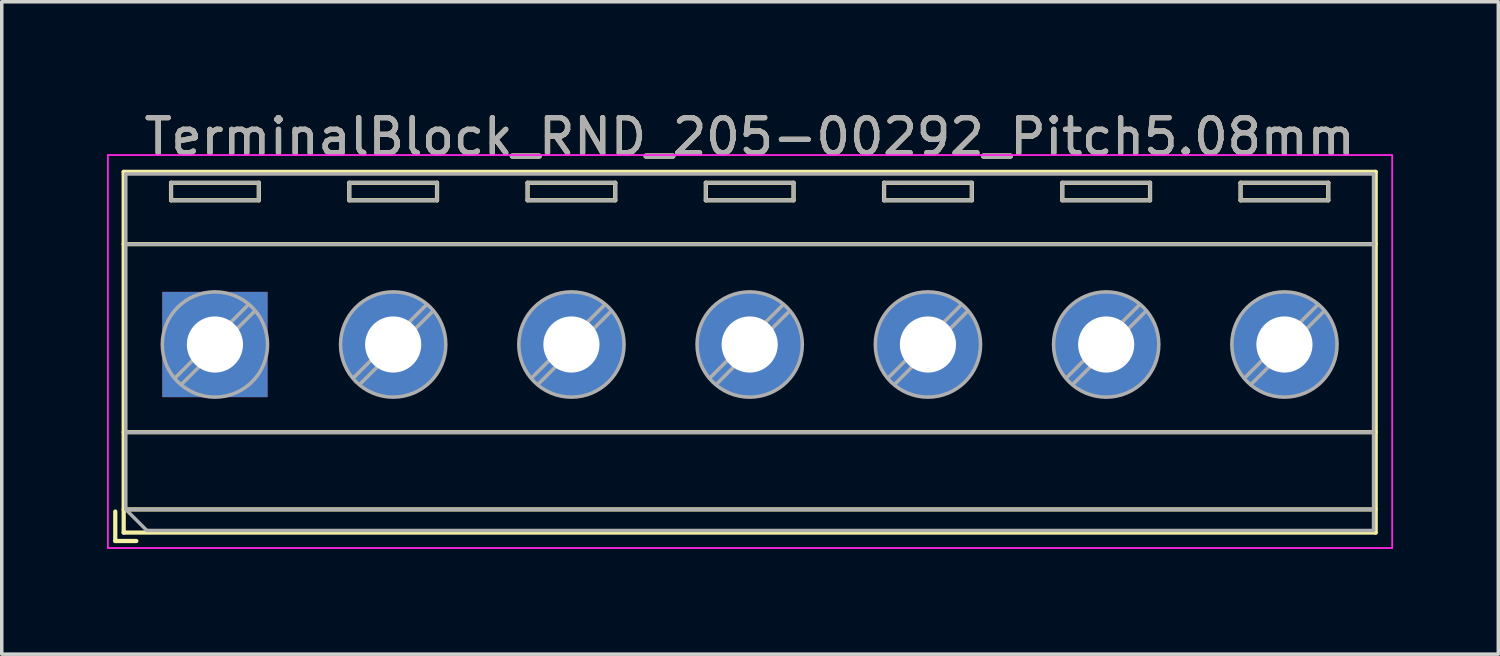
<source format=kicad_pcb>
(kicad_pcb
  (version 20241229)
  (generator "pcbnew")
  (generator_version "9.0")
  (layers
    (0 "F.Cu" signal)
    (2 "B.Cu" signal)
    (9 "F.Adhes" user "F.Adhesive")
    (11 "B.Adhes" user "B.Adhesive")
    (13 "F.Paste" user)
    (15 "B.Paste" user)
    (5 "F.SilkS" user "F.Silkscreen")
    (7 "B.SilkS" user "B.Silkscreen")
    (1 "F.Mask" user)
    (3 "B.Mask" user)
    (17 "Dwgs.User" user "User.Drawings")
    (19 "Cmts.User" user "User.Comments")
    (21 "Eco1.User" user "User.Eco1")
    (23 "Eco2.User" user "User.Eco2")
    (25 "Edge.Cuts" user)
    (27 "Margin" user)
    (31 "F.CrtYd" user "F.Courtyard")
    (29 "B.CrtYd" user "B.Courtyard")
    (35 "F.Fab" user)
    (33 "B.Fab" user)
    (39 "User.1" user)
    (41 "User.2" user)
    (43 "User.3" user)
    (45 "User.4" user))
  (footprint "TerminalBlock_RND_205-00292_Pitch5.08mm"
    (layer "F.Cu")
    (at 3.075 6.768)
    (property "Reference" "TerminalBlock_RND_205-00292_Pitch5.08mm" (at 15.24 -5.92 0) (layer "F.SilkS") (effects (font (size 1 1) (thickness 0.15))))
    (attr through_hole)
    (fp_line (start -2.84 4.76) (end -2.84 5.6) (stroke (width 0.12) (type solid)) (layer "F.SilkS"))
    (fp_line (start -2.84 5.6) (end -2.24 5.6) (stroke (width 0.12) (type solid)) (layer "F.SilkS"))
    (fp_line (start -2.6 -4.92) (end -2.6 5.36) (stroke (width 0.12) (type solid)) (layer "F.SilkS"))
    (fp_line (start -2.6 -2.86) (end 33.08 -2.86) (stroke (width 0.12) (type solid)) (layer "F.SilkS"))
    (fp_line (start -2.6 2.5) (end 33.08 2.5) (stroke (width 0.12) (type solid)) (layer "F.SilkS"))
    (fp_line (start -2.6 4.7) (end 33.08 4.7) (stroke (width 0.12) (type solid)) (layer "F.SilkS"))
    (fp_line (start -2.6 5.36) (end 33.08 5.36) (stroke (width 0.12) (type solid)) (layer "F.SilkS"))
    (fp_line (start -1.25 -4.61) (end -1.25 -4.11) (stroke (width 0.12) (type solid)) (layer "F.SilkS"))
    (fp_line (start -1.25 -4.61) (end 1.25 -4.61) (stroke (width 0.12) (type solid)) (layer "F.SilkS"))
    (fp_line (start -1.25 -4.11) (end 1.25 -4.11) (stroke (width 0.12) (type solid)) (layer "F.SilkS"))
    (fp_line (start 1.25 -4.61) (end 1.25 -4.11) (stroke (width 0.12) (type solid)) (layer "F.SilkS"))
    (fp_line (start 3.83 -4.61) (end 3.83 -4.11) (stroke (width 0.12) (type solid)) (layer "F.SilkS"))
    (fp_line (start 3.83 -4.61) (end 6.33 -4.61) (stroke (width 0.12) (type solid)) (layer "F.SilkS"))
    (fp_line (start 3.83 -4.11) (end 6.33 -4.11) (stroke (width 0.12) (type solid)) (layer "F.SilkS"))
    (fp_line (start 6.33 -4.61) (end 6.33 -4.11) (stroke (width 0.12) (type solid)) (layer "F.SilkS"))
    (fp_line (start 8.91 -4.61) (end 8.91 -4.11) (stroke (width 0.12) (type solid)) (layer "F.SilkS"))
    (fp_line (start 8.91 -4.61) (end 11.41 -4.61) (stroke (width 0.12) (type solid)) (layer "F.SilkS"))
    (fp_line (start 8.91 -4.11) (end 11.41 -4.11) (stroke (width 0.12) (type solid)) (layer "F.SilkS"))
    (fp_line (start 11.41 -4.61) (end 11.41 -4.11) (stroke (width 0.12) (type solid)) (layer "F.SilkS"))
    (fp_line (start 13.99 -4.61) (end 13.99 -4.11) (stroke (width 0.12) (type solid)) (layer "F.SilkS"))
    (fp_line (start 13.99 -4.61) (end 16.49 -4.61) (stroke (width 0.12) (type solid)) (layer "F.SilkS"))
    (fp_line (start 13.99 -4.11) (end 16.49 -4.11) (stroke (width 0.12) (type solid)) (layer "F.SilkS"))
    (fp_line (start 16.49 -4.61) (end 16.49 -4.11) (stroke (width 0.12) (type solid)) (layer "F.SilkS"))
    (fp_line (start 19.07 -4.61) (end 19.07 -4.11) (stroke (width 0.12) (type solid)) (layer "F.SilkS"))
    (fp_line (start 19.07 -4.61) (end 21.57 -4.61) (stroke (width 0.12) (type solid)) (layer "F.SilkS"))
    (fp_line (start 19.07 -4.11) (end 21.57 -4.11) (stroke (width 0.12) (type solid)) (layer "F.SilkS"))
    (fp_line (start 21.57 -4.61) (end 21.57 -4.11) (stroke (width 0.12) (type solid)) (layer "F.SilkS"))
    (fp_line (start 24.15 -4.61) (end 24.15 -4.11) (stroke (width 0.12) (type solid)) (layer "F.SilkS"))
    (fp_line (start 24.15 -4.61) (end 26.65 -4.61) (stroke (width 0.12) (type solid)) (layer "F.SilkS"))
    (fp_line (start 24.15 -4.11) (end 26.65 -4.11) (stroke (width 0.12) (type solid)) (layer "F.SilkS"))
    (fp_line (start 26.65 -4.61) (end 26.65 -4.11) (stroke (width 0.12) (type solid)) (layer "F.SilkS"))
    (fp_line (start 29.23 -4.61) (end 29.23 -4.11) (stroke (width 0.12) (type solid)) (layer "F.SilkS"))
    (fp_line (start 29.23 -4.61) (end 31.73 -4.61) (stroke (width 0.12) (type solid)) (layer "F.SilkS"))
    (fp_line (start 29.23 -4.11) (end 31.73 -4.11) (stroke (width 0.12) (type solid)) (layer "F.SilkS"))
    (fp_line (start 31.73 -4.61) (end 31.73 -4.11) (stroke (width 0.12) (type solid)) (layer "F.SilkS"))
    (fp_line (start 33.08 -4.92) (end -2.6 -4.92) (stroke (width 0.12) (type solid)) (layer "F.SilkS"))
    (fp_line (start 33.08 5.36) (end 33.08 -4.92) (stroke (width 0.12) (type solid)) (layer "F.SilkS"))
    (fp_line (start -3.05 -5.4) (end -3.05 5.8) (stroke (width 0.05) (type solid)) (layer "F.CrtYd"))
    (fp_line (start -3.05 5.8) (end 33.55 5.8) (stroke (width 0.05) (type solid)) (layer "F.CrtYd"))
    (fp_line (start 33.55 -5.4) (end -3.05 -5.4) (stroke (width 0.05) (type solid)) (layer "F.CrtYd"))
    (fp_line (start 33.55 5.8) (end 33.55 -5.4) (stroke (width 0.05) (type solid)) (layer "F.CrtYd"))
    (fp_line (start -2.54 -4.86) (end 33.02 -4.86) (stroke (width 0.1) (type solid)) (layer "F.Fab"))
    (fp_line (start -2.54 -2.86) (end 33.02 -2.86) (stroke (width 0.1) (type solid)) (layer "F.Fab"))
    (fp_line (start -2.54 2.5) (end 33.02 2.5) (stroke (width 0.1) (type solid)) (layer "F.Fab"))
    (fp_line (start -2.54 4.7) (end -2.54 -4.86) (stroke (width 0.1) (type solid)) (layer "F.Fab"))
    (fp_line (start -2.54 4.7) (end 33.02 4.7) (stroke (width 0.1) (type solid)) (layer "F.Fab"))
    (fp_line (start -1.94 5.3) (end -2.54 4.7) (stroke (width 0.1) (type solid)) (layer "F.Fab"))
    (fp_line (start -1.25 -4.61) (end -1.25 -4.11) (stroke (width 0.1) (type solid)) (layer "F.Fab"))
    (fp_line (start -1.25 -4.11) (end 1.25 -4.11) (stroke (width 0.1) (type solid)) (layer "F.Fab"))
    (fp_line (start 0.955 -1.138) (end -1.138 0.955) (stroke (width 0.1) (type solid)) (layer "F.Fab"))
    (fp_line (start 1.138 -0.955) (end -0.955 1.138) (stroke (width 0.1) (type solid)) (layer "F.Fab"))
    (fp_line (start 1.25 -4.61) (end -1.25 -4.61) (stroke (width 0.1) (type solid)) (layer "F.Fab"))
    (fp_line (start 1.25 -4.11) (end 1.25 -4.61) (stroke (width 0.1) (type solid)) (layer "F.Fab"))
    (fp_line (start 3.83 -4.61) (end 3.83 -4.11) (stroke (width 0.1) (type solid)) (layer "F.Fab"))
    (fp_line (start 3.83 -4.11) (end 6.33 -4.11) (stroke (width 0.1) (type solid)) (layer "F.Fab"))
    (fp_line (start 6.035 -1.138) (end 3.943 0.955) (stroke (width 0.1) (type solid)) (layer "F.Fab"))
    (fp_line (start 6.218 -0.955) (end 4.126 1.138) (stroke (width 0.1) (type solid)) (layer "F.Fab"))
    (fp_line (start 6.33 -4.61) (end 3.83 -4.61) (stroke (width 0.1) (type solid)) (layer "F.Fab"))
    (fp_line (start 6.33 -4.11) (end 6.33 -4.61) (stroke (width 0.1) (type solid)) (layer "F.Fab"))
    (fp_line (start 8.91 -4.61) (end 8.91 -4.11) (stroke (width 0.1) (type solid)) (layer "F.Fab"))
    (fp_line (start 8.91 -4.11) (end 11.41 -4.11) (stroke (width 0.1) (type solid)) (layer "F.Fab"))
    (fp_line (start 11.115 -1.138) (end 9.023 0.955) (stroke (width 0.1) (type solid)) (layer "F.Fab"))
    (fp_line (start 11.298 -0.955) (end 9.206 1.138) (stroke (width 0.1) (type solid)) (layer "F.Fab"))
    (fp_line (start 11.41 -4.61) (end 8.91 -4.61) (stroke (width 0.1) (type solid)) (layer "F.Fab"))
    (fp_line (start 11.41 -4.11) (end 11.41 -4.61) (stroke (width 0.1) (type solid)) (layer "F.Fab"))
    (fp_line (start 13.99 -4.61) (end 13.99 -4.11) (stroke (width 0.1) (type solid)) (layer "F.Fab"))
    (fp_line (start 13.99 -4.11) (end 16.49 -4.11) (stroke (width 0.1) (type solid)) (layer "F.Fab"))
    (fp_line (start 16.195 -1.138) (end 14.103 0.955) (stroke (width 0.1) (type solid)) (layer "F.Fab"))
    (fp_line (start 16.378 -0.955) (end 14.286 1.138) (stroke (width 0.1) (type solid)) (layer "F.Fab"))
    (fp_line (start 16.49 -4.61) (end 13.99 -4.61) (stroke (width 0.1) (type solid)) (layer "F.Fab"))
    (fp_line (start 16.49 -4.11) (end 16.49 -4.61) (stroke (width 0.1) (type solid)) (layer "F.Fab"))
    (fp_line (start 19.07 -4.61) (end 19.07 -4.11) (stroke (width 0.1) (type solid)) (layer "F.Fab"))
    (fp_line (start 19.07 -4.11) (end 21.57 -4.11) (stroke (width 0.1) (type solid)) (layer "F.Fab"))
    (fp_line (start 21.275 -1.138) (end 19.183 0.955) (stroke (width 0.1) (type solid)) (layer "F.Fab"))
    (fp_line (start 21.458 -0.955) (end 19.366 1.138) (stroke (width 0.1) (type solid)) (layer "F.Fab"))
    (fp_line (start 21.57 -4.61) (end 19.07 -4.61) (stroke (width 0.1) (type solid)) (layer "F.Fab"))
    (fp_line (start 21.57 -4.11) (end 21.57 -4.61) (stroke (width 0.1) (type solid)) (layer "F.Fab"))
    (fp_line (start 24.15 -4.61) (end 24.15 -4.11) (stroke (width 0.1) (type solid)) (layer "F.Fab"))
    (fp_line (start 24.15 -4.11) (end 26.65 -4.11) (stroke (width 0.1) (type solid)) (layer "F.Fab"))
    (fp_line (start 26.355 -1.138) (end 24.263 0.955) (stroke (width 0.1) (type solid)) (layer "F.Fab"))
    (fp_line (start 26.538 -0.955) (end 24.446 1.138) (stroke (width 0.1) (type solid)) (layer "F.Fab"))
    (fp_line (start 26.65 -4.61) (end 24.15 -4.61) (stroke (width 0.1) (type solid)) (layer "F.Fab"))
    (fp_line (start 26.65 -4.11) (end 26.65 -4.61) (stroke (width 0.1) (type solid)) (layer "F.Fab"))
    (fp_line (start 29.23 -4.61) (end 29.23 -4.11) (stroke (width 0.1) (type solid)) (layer "F.Fab"))
    (fp_line (start 29.23 -4.11) (end 31.73 -4.11) (stroke (width 0.1) (type solid)) (layer "F.Fab"))
    (fp_line (start 31.435 -1.138) (end 29.343 0.955) (stroke (width 0.1) (type solid)) (layer "F.Fab"))
    (fp_line (start 31.618 -0.955) (end 29.526 1.138) (stroke (width 0.1) (type solid)) (layer "F.Fab"))
    (fp_line (start 31.73 -4.61) (end 29.23 -4.61) (stroke (width 0.1) (type solid)) (layer "F.Fab"))
    (fp_line (start 31.73 -4.11) (end 31.73 -4.61) (stroke (width 0.1) (type solid)) (layer "F.Fab"))
    (fp_line (start 33.02 -4.86) (end 33.02 5.3) (stroke (width 0.1) (type solid)) (layer "F.Fab"))
    (fp_line (start 33.02 5.3) (end -1.94 5.3) (stroke (width 0.1) (type solid)) (layer "F.Fab"))
    (fp_circle (center 0 0) (end 1.5 0) (stroke (width 0.1) (type solid)) (fill no) (layer "F.Fab"))
    (fp_circle (center 5.08 0) (end 6.58 0) (stroke (width 0.1) (type solid)) (fill no) (layer "F.Fab"))
    (fp_circle (center 10.16 0) (end 11.66 0) (stroke (width 0.1) (type solid)) (fill no) (layer "F.Fab"))
    (fp_circle (center 15.24 0) (end 16.74 0) (stroke (width 0.1) (type solid)) (fill no) (layer "F.Fab"))
    (fp_circle (center 20.32 0) (end 21.82 0) (stroke (width 0.1) (type solid)) (fill no) (layer "F.Fab"))
    (fp_circle (center 25.4 0) (end 26.9 0) (stroke (width 0.1) (type solid)) (fill no) (layer "F.Fab"))
    (fp_circle (center 30.48 0) (end 31.98 0) (stroke (width 0.1) (type solid)) (fill no) (layer "F.Fab"))
    (fp_text user "${REFERENCE}" (at 15.24 -5.92 0) (layer "F.Fab") (effects (font (size 1 1) (thickness 0.15))))
    (pad "1" thru_hole rect (at 0 0) (size 3 3) (drill 1.6) (layers "*.Cu" "*.Mask"))
    (pad "2" thru_hole circle (at 5.08 0) (size 3 3) (drill 1.6) (layers "*.Cu" "*.Mask"))
    (pad "3" thru_hole circle (at 10.16 0) (size 3 3) (drill 1.6) (layers "*.Cu" "*.Mask"))
    (pad "4" thru_hole circle (at 15.24 0) (size 3 3) (drill 1.6) (layers "*.Cu" "*.Mask"))
    (pad "5" thru_hole circle (at 20.32 0) (size 3 3) (drill 1.6) (layers "*.Cu" "*.Mask"))
    (pad "6" thru_hole circle (at 25.4 0) (size 3 3) (drill 1.6) (layers "*.Cu" "*.Mask"))
    (pad "7" thru_hole circle (at 30.48 0) (size 3 3) (drill 1.6) (layers "*.Cu" "*.Mask")))
  (gr_rect
    (start -3 -3)
    (end 39.65 15.593)
    (stroke (width 0.1) (type default))
    (fill no)
    (layer "Edge.Cuts")))
</source>
